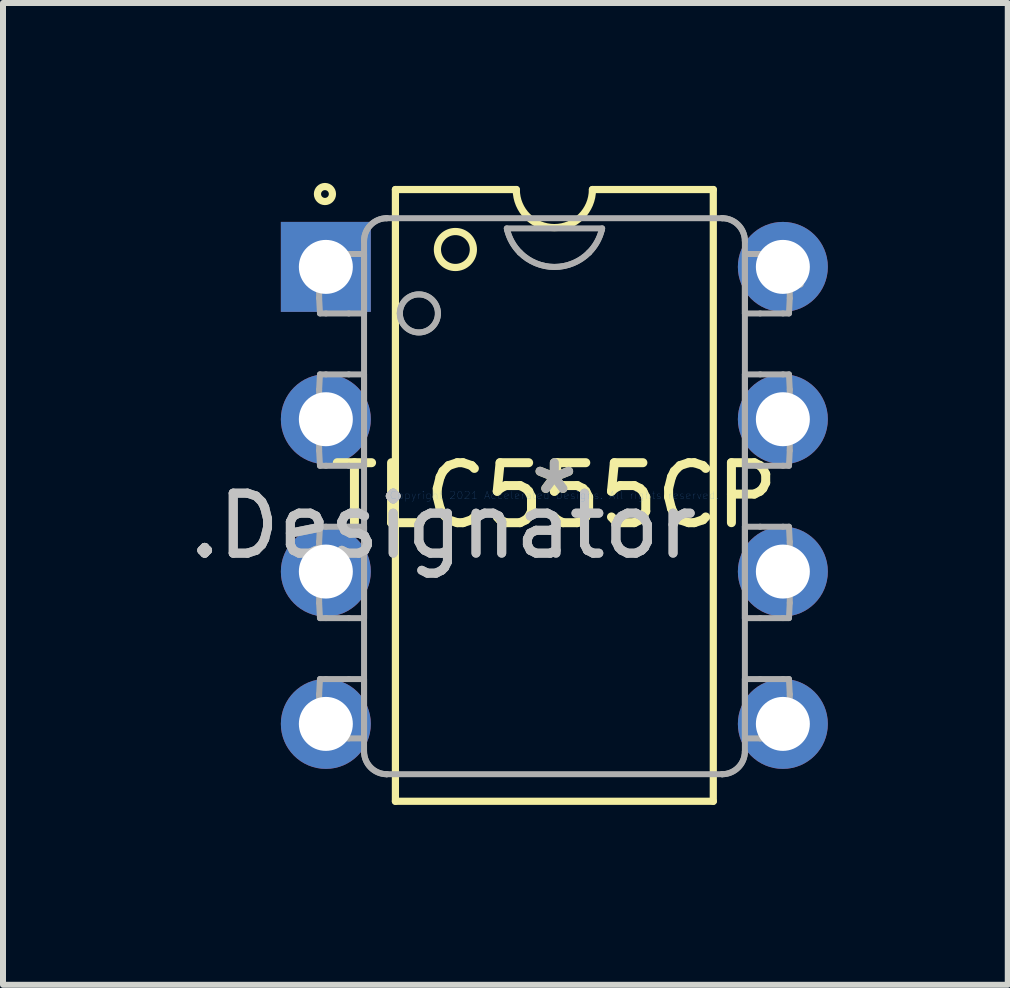
<source format=kicad_pcb>
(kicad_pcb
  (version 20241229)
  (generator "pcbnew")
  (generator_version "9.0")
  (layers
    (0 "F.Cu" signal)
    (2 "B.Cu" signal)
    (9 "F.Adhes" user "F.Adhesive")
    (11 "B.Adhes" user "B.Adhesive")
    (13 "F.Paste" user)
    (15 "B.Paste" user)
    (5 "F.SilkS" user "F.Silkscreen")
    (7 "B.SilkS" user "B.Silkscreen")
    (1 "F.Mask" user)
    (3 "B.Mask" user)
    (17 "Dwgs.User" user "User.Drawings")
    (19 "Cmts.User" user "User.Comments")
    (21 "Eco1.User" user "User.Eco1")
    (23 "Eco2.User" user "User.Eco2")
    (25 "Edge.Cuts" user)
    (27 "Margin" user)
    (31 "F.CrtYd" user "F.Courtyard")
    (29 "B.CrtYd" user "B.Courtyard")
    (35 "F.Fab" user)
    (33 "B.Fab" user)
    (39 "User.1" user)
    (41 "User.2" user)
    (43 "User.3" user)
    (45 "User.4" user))
  (footprint "TLC555CP"
    (layer "F.Cu")
    (at 6.193 5.21)
    (property "Reference" "TLC555CP" (at 0 0 0) (layer "F.SilkS") (effects (font (size 1 1) (thickness 0.15))))
    (attr through_hole)
    (fp_line (start -2.65 -5.1) (end -0.635 -5.1) (stroke (width 0.12) (type solid)) (layer "F.SilkS"))
    (fp_line (start -2.65 5.1) (end -2.65 -5.1) (stroke (width 0.12) (type solid)) (layer "F.SilkS"))
    (fp_line (start -2.65 5.1) (end 2.65 5.1) (stroke (width 0.12) (type solid)) (layer "F.SilkS"))
    (fp_line (start 0.635 -5.1) (end 2.65 -5.1) (stroke (width 0.12) (type solid)) (layer "F.SilkS"))
    (fp_line (start 2.65 5.1) (end 2.65 -5.1) (stroke (width 0.12) (type solid)) (layer "F.SilkS"))
    (fp_arc (start 0.635 -5.1) (mid 0 -4.465) (end -0.635 -5.1) (stroke (width 0.12) (type solid)) (layer "F.SilkS"))
    (fp_circle (center -3.825 -5.025) (end -3.7 -5.025) (stroke (width 0.12) (type solid)) (fill no) (layer "F.SilkS"))
    (fp_circle (center -1.65 -4.1) (end -1.35 -4.1) (stroke (width 0.12) (type solid)) (fill no) (layer "F.SilkS"))
    (fp_line (start -4.1 -4.025) (end -3.808 -4.025) (stroke (width 0.1) (type solid)) (layer "F.Fab"))
    (fp_line (start -4.1 -3.542) (end -4.1 -4.025) (stroke (width 0.1) (type solid)) (layer "F.Fab"))
    (fp_line (start -4.1 -3.542) (end -3.922 -3.542) (stroke (width 0.1) (type solid)) (layer "F.Fab"))
    (fp_line (start -4.1 -1.485) (end -3.922 -1.485) (stroke (width 0.1) (type solid)) (layer "F.Fab"))
    (fp_line (start -4.1 -1.028) (end -4.1 -1.485) (stroke (width 0.1) (type solid)) (layer "F.Fab"))
    (fp_line (start -4.1 -1.028) (end -3.922 -1.028) (stroke (width 0.1) (type solid)) (layer "F.Fab"))
    (fp_line (start -4.1 1.055) (end -3.922 1.055) (stroke (width 0.1) (type solid)) (layer "F.Fab"))
    (fp_line (start -4.1 1.512) (end -4.1 1.055) (stroke (width 0.1) (type solid)) (layer "F.Fab"))
    (fp_line (start -4.1 1.512) (end -3.922 1.512) (stroke (width 0.1) (type solid)) (layer "F.Fab"))
    (fp_line (start -4.1 3.544) (end -3.922 3.544) (stroke (width 0.1) (type solid)) (layer "F.Fab"))
    (fp_line (start -4.1 4.052) (end -4.1 3.544) (stroke (width 0.1) (type solid)) (layer "F.Fab"))
    (fp_line (start -4.1 4.052) (end -3.808 4.052) (stroke (width 0.1) (type solid)) (layer "F.Fab"))
    (fp_line (start -3.922 -3.288) (end -3.922 -3.542) (stroke (width 0.1) (type solid)) (layer "F.Fab"))
    (fp_line (start -3.922 -3.288) (end -3.908 -3.034) (stroke (width 0.1) (type solid)) (layer "F.Fab"))
    (fp_line (start -3.922 -1.764) (end -3.908 -2.018) (stroke (width 0.1) (type solid)) (layer "F.Fab"))
    (fp_line (start -3.922 -1.485) (end -3.922 -1.764) (stroke (width 0.1) (type solid)) (layer "F.Fab"))
    (fp_line (start -3.922 -0.748) (end -3.922 -1.028) (stroke (width 0.1) (type solid)) (layer "F.Fab"))
    (fp_line (start -3.922 -0.748) (end -3.908 -0.494) (stroke (width 0.1) (type solid)) (layer "F.Fab"))
    (fp_line (start -3.922 0.776) (end -3.908 0.522) (stroke (width 0.1) (type solid)) (layer "F.Fab"))
    (fp_line (start -3.922 1.055) (end -3.922 0.776) (stroke (width 0.1) (type solid)) (layer "F.Fab"))
    (fp_line (start -3.922 1.792) (end -3.922 1.512) (stroke (width 0.1) (type solid)) (layer "F.Fab"))
    (fp_line (start -3.922 1.792) (end -3.908 2.046) (stroke (width 0.1) (type solid)) (layer "F.Fab"))
    (fp_line (start -3.922 3.316) (end -3.908 3.062) (stroke (width 0.1) (type solid)) (layer "F.Fab"))
    (fp_line (start -3.922 3.544) (end -3.922 3.316) (stroke (width 0.1) (type solid)) (layer "F.Fab"))
    (fp_line (start -3.908 -3.034) (end -3.808 -3.034) (stroke (width 0.1) (type solid)) (layer "F.Fab"))
    (fp_line (start -3.908 -2.018) (end -3.808 -2.018) (stroke (width 0.1) (type solid)) (layer "F.Fab"))
    (fp_line (start -3.908 -0.494) (end -3.808 -0.494) (stroke (width 0.1) (type solid)) (layer "F.Fab"))
    (fp_line (start -3.908 0.522) (end -3.808 0.522) (stroke (width 0.1) (type solid)) (layer "F.Fab"))
    (fp_line (start -3.908 2.046) (end -3.808 2.046) (stroke (width 0.1) (type solid)) (layer "F.Fab"))
    (fp_line (start -3.908 3.062) (end -3.808 3.062) (stroke (width 0.1) (type solid)) (layer "F.Fab"))
    (fp_line (start -3.808 -4.025) (end -3.427 -4.025) (stroke (width 0.1) (type solid)) (layer "F.Fab"))
    (fp_line (start -3.808 -3.034) (end -3.427 -3.034) (stroke (width 0.1) (type solid)) (layer "F.Fab"))
    (fp_line (start -3.808 -2.018) (end -3.427 -2.018) (stroke (width 0.1) (type solid)) (layer "F.Fab"))
    (fp_line (start -3.808 -0.494) (end -3.427 -0.494) (stroke (width 0.1) (type solid)) (layer "F.Fab"))
    (fp_line (start -3.808 0.522) (end -3.427 0.522) (stroke (width 0.1) (type solid)) (layer "F.Fab"))
    (fp_line (start -3.808 2.046) (end -3.427 2.046) (stroke (width 0.1) (type solid)) (layer "F.Fab"))
    (fp_line (start -3.808 3.062) (end -3.427 3.062) (stroke (width 0.1) (type solid)) (layer "F.Fab"))
    (fp_line (start -3.808 4.052) (end -3.427 4.052) (stroke (width 0.1) (type solid)) (layer "F.Fab"))
    (fp_line (start -3.427 -4.025) (end -3.173 -4.025) (stroke (width 0.1) (type solid)) (layer "F.Fab"))
    (fp_line (start -3.427 -3.034) (end -3.173 -3.034) (stroke (width 0.1) (type solid)) (layer "F.Fab"))
    (fp_line (start -3.427 -2.018) (end -3.173 -2.018) (stroke (width 0.1) (type solid)) (layer "F.Fab"))
    (fp_line (start -3.427 -0.494) (end -3.173 -0.494) (stroke (width 0.1) (type solid)) (layer "F.Fab"))
    (fp_line (start -3.427 0.522) (end -3.173 0.522) (stroke (width 0.1) (type solid)) (layer "F.Fab"))
    (fp_line (start -3.427 2.046) (end -3.173 2.046) (stroke (width 0.1) (type solid)) (layer "F.Fab"))
    (fp_line (start -3.427 3.062) (end -3.173 3.062) (stroke (width 0.1) (type solid)) (layer "F.Fab"))
    (fp_line (start -3.427 4.052) (end -3.173 4.052) (stroke (width 0.1) (type solid)) (layer "F.Fab"))
    (fp_line (start -3.173 -4.241) (end -3.173 -4.245) (stroke (width 0.1) (type solid)) (layer "F.Fab"))
    (fp_line (start -3.173 -3.034) (end -3.173 -4.025) (stroke (width 0.1) (type solid)) (layer "F.Fab"))
    (fp_line (start -3.173 -0.494) (end -3.173 -2.018) (stroke (width 0.1) (type solid)) (layer "F.Fab"))
    (fp_line (start -3.173 2.046) (end -3.173 0.522) (stroke (width 0.1) (type solid)) (layer "F.Fab"))
    (fp_line (start -3.173 4.052) (end -3.173 3.062) (stroke (width 0.1) (type solid)) (layer "F.Fab"))
    (fp_line (start -3.173 4.268) (end -3.173 -4.241) (stroke (width 0.1) (type solid)) (layer "F.Fab"))
    (fp_line (start -3.173 4.272) (end -3.173 4.268) (stroke (width 0.1) (type solid)) (layer "F.Fab"))
    (fp_line (start -2.796 -4.622) (end -2.792 -4.622) (stroke (width 0.1) (type solid)) (layer "F.Fab"))
    (fp_line (start -2.796 4.649) (end -2.792 4.649) (stroke (width 0.1) (type solid)) (layer "F.Fab"))
    (fp_line (start -2.792 -4.622) (end 2.796 -4.622) (stroke (width 0.1) (type solid)) (layer "F.Fab"))
    (fp_line (start -2.792 4.649) (end 2.796 4.649) (stroke (width 0.1) (type solid)) (layer "F.Fab"))
    (fp_line (start -0.793 -4.452) (end -0.787 -4.427) (stroke (width 0.1) (type solid)) (layer "F.Fab"))
    (fp_line (start -0.793 -4.452) (end 0.797 -4.452) (stroke (width 0.1) (type solid)) (layer "F.Fab"))
    (fp_line (start 0.791 -4.427) (end 0.797 -4.452) (stroke (width 0.1) (type solid)) (layer "F.Fab"))
    (fp_line (start 2.796 -4.622) (end 2.8 -4.622) (stroke (width 0.1) (type solid)) (layer "F.Fab"))
    (fp_line (start 2.796 4.649) (end 2.8 4.649) (stroke (width 0.1) (type solid)) (layer "F.Fab"))
    (fp_line (start 3.177 -4.245) (end 3.177 -4.241) (stroke (width 0.1) (type solid)) (layer "F.Fab"))
    (fp_line (start 3.177 4.272) (end 3.177 4.268) (stroke (width 0.1) (type solid)) (layer "F.Fab"))
    (fp_line (start 3.177 -4.025) (end 3.431 -4.025) (stroke (width 0.1) (type solid)) (layer "F.Fab"))
    (fp_line (start 3.177 -3.034) (end 3.177 -4.025) (stroke (width 0.1) (type solid)) (layer "F.Fab"))
    (fp_line (start 3.177 -3.034) (end 3.431 -3.034) (stroke (width 0.1) (type solid)) (layer "F.Fab"))
    (fp_line (start 3.177 -2.018) (end 3.431 -2.018) (stroke (width 0.1) (type solid)) (layer "F.Fab"))
    (fp_line (start 3.177 -0.494) (end 3.177 -2.018) (stroke (width 0.1) (type solid)) (layer "F.Fab"))
    (fp_line (start 3.177 -0.494) (end 3.431 -0.494) (stroke (width 0.1) (type solid)) (layer "F.Fab"))
    (fp_line (start 3.177 0.522) (end 3.431 0.522) (stroke (width 0.1) (type solid)) (layer "F.Fab"))
    (fp_line (start 3.177 2.046) (end 3.177 0.522) (stroke (width 0.1) (type solid)) (layer "F.Fab"))
    (fp_line (start 3.177 2.046) (end 3.431 2.046) (stroke (width 0.1) (type solid)) (layer "F.Fab"))
    (fp_line (start 3.177 3.062) (end 3.431 3.062) (stroke (width 0.1) (type solid)) (layer "F.Fab"))
    (fp_line (start 3.177 4.052) (end 3.177 3.062) (stroke (width 0.1) (type solid)) (layer "F.Fab"))
    (fp_line (start 3.177 4.052) (end 3.431 4.052) (stroke (width 0.1) (type solid)) (layer "F.Fab"))
    (fp_line (start 3.177 4.268) (end 3.177 -4.241) (stroke (width 0.1) (type solid)) (layer "F.Fab"))
    (fp_line (start 3.431 -4.025) (end 3.812 -4.025) (stroke (width 0.1) (type solid)) (layer "F.Fab"))
    (fp_line (start 3.431 -3.034) (end 3.812 -3.034) (stroke (width 0.1) (type solid)) (layer "F.Fab"))
    (fp_line (start 3.431 -2.018) (end 3.812 -2.018) (stroke (width 0.1) (type solid)) (layer "F.Fab"))
    (fp_line (start 3.431 -0.494) (end 3.812 -0.494) (stroke (width 0.1) (type solid)) (layer "F.Fab"))
    (fp_line (start 3.431 0.522) (end 3.812 0.522) (stroke (width 0.1) (type solid)) (layer "F.Fab"))
    (fp_line (start 3.431 2.046) (end 3.812 2.046) (stroke (width 0.1) (type solid)) (layer "F.Fab"))
    (fp_line (start 3.431 3.062) (end 3.812 3.062) (stroke (width 0.1) (type solid)) (layer "F.Fab"))
    (fp_line (start 3.431 4.052) (end 3.812 4.052) (stroke (width 0.1) (type solid)) (layer "F.Fab"))
    (fp_line (start 3.812 -4.025) (end 4.104 -4.025) (stroke (width 0.1) (type solid)) (layer "F.Fab"))
    (fp_line (start 3.812 -3.034) (end 3.912 -3.034) (stroke (width 0.1) (type solid)) (layer "F.Fab"))
    (fp_line (start 3.812 -2.018) (end 3.912 -2.018) (stroke (width 0.1) (type solid)) (layer "F.Fab"))
    (fp_line (start 3.812 -0.494) (end 3.912 -0.494) (stroke (width 0.1) (type solid)) (layer "F.Fab"))
    (fp_line (start 3.812 0.522) (end 3.912 0.522) (stroke (width 0.1) (type solid)) (layer "F.Fab"))
    (fp_line (start 3.812 2.046) (end 3.912 2.046) (stroke (width 0.1) (type solid)) (layer "F.Fab"))
    (fp_line (start 3.812 3.062) (end 3.912 3.062) (stroke (width 0.1) (type solid)) (layer "F.Fab"))
    (fp_line (start 3.812 4.052) (end 4.104 4.052) (stroke (width 0.1) (type solid)) (layer "F.Fab"))
    (fp_line (start 3.912 -3.034) (end 3.925 -3.288) (stroke (width 0.1) (type solid)) (layer "F.Fab"))
    (fp_line (start 3.912 -2.018) (end 3.925 -1.764) (stroke (width 0.1) (type solid)) (layer "F.Fab"))
    (fp_line (start 3.912 -0.494) (end 3.925 -0.748) (stroke (width 0.1) (type solid)) (layer "F.Fab"))
    (fp_line (start 3.912 0.522) (end 3.925 0.776) (stroke (width 0.1) (type solid)) (layer "F.Fab"))
    (fp_line (start 3.912 2.046) (end 3.925 1.792) (stroke (width 0.1) (type solid)) (layer "F.Fab"))
    (fp_line (start 3.912 3.062) (end 3.925 3.316) (stroke (width 0.1) (type solid)) (layer "F.Fab"))
    (fp_line (start 3.925 -3.517) (end 4.104 -3.517) (stroke (width 0.1) (type solid)) (layer "F.Fab"))
    (fp_line (start 3.925 -3.288) (end 3.925 -3.517) (stroke (width 0.1) (type solid)) (layer "F.Fab"))
    (fp_line (start 3.925 -1.485) (end 3.925 -1.764) (stroke (width 0.1) (type solid)) (layer "F.Fab"))
    (fp_line (start 3.925 -1.485) (end 4.104 -1.485) (stroke (width 0.1) (type solid)) (layer "F.Fab"))
    (fp_line (start 3.925 -1.028) (end 4.104 -1.028) (stroke (width 0.1) (type solid)) (layer "F.Fab"))
    (fp_line (start 3.925 -0.748) (end 3.925 -1.028) (stroke (width 0.1) (type solid)) (layer "F.Fab"))
    (fp_line (start 3.925 1.055) (end 3.925 0.776) (stroke (width 0.1) (type solid)) (layer "F.Fab"))
    (fp_line (start 3.925 1.055) (end 4.104 1.055) (stroke (width 0.1) (type solid)) (layer "F.Fab"))
    (fp_line (start 3.925 1.512) (end 4.104 1.512) (stroke (width 0.1) (type solid)) (layer "F.Fab"))
    (fp_line (start 3.925 1.792) (end 3.925 1.512) (stroke (width 0.1) (type solid)) (layer "F.Fab"))
    (fp_line (start 3.925 3.57) (end 3.925 3.316) (stroke (width 0.1) (type solid)) (layer "F.Fab"))
    (fp_line (start 3.925 3.57) (end 4.104 3.57) (stroke (width 0.1) (type solid)) (layer "F.Fab"))
    (fp_line (start 4.104 -3.517) (end 4.104 -4.025) (stroke (width 0.1) (type solid)) (layer "F.Fab"))
    (fp_line (start 4.104 -1.028) (end 4.104 -1.485) (stroke (width 0.1) (type solid)) (layer "F.Fab"))
    (fp_line (start 4.104 1.512) (end 4.104 1.055) (stroke (width 0.1) (type solid)) (layer "F.Fab"))
    (fp_line (start 4.104 4.052) (end 4.104 3.57) (stroke (width 0.1) (type solid)) (layer "F.Fab"))
    (fp_arc (start -3.173077 -4.244584) (mid -3.06149 -4.510307) (end -2.79576 -4.621876) (stroke (width 0.1) (type solid)) (layer "F.Fab"))
    (fp_arc (start -3.173077 -4.244584) (mid -3.06149 -4.510307) (end -2.79576 -4.621876) (stroke (width 0.1) (type solid)) (layer "F.Fab"))
    (fp_arc (start -2.795759 4.649099) (mid -3.061489 4.53753) (end -3.173077 4.271808) (stroke (width 0.1) (type solid)) (layer "F.Fab"))
    (fp_arc (start -2.795759 4.649099) (mid -3.061489 4.53753) (end -3.173077 4.271808) (stroke (width 0.1) (type solid)) (layer "F.Fab"))
    (fp_arc (start -2.576177 -3.034401) (mid -2.258677 -3.351901) (end -1.941177 -3.034401) (stroke (width 0.1) (type solid)) (layer "F.Fab"))
    (fp_arc (start -2.576177 -3.034401) (mid -2.258677 -3.351901) (end -1.941177 -3.034401) (stroke (width 0.1) (type solid)) (layer "F.Fab"))
    (fp_arc (start -1.941177 -3.034401) (mid -2.258677 -2.716901) (end -2.576177 -3.034401) (stroke (width 0.1) (type solid)) (layer "F.Fab"))
    (fp_arc (start -1.941177 -3.034401) (mid -2.258677 -2.716901) (end -2.576177 -3.034401) (stroke (width 0.1) (type solid)) (layer "F.Fab"))
    (fp_arc (start -0.575392 -4.04974) (mid -0.706851 -4.224035) (end -0.787178 -4.427032) (stroke (width 0.1) (type solid)) (layer "F.Fab"))
    (fp_arc (start -0.575392 -4.04974) (mid -0.706851 -4.224035) (end -0.787178 -4.427032) (stroke (width 0.1) (type solid)) (layer "F.Fab"))
    (fp_arc (start 0.579214 -4.049739) (mid 0.001909 -3.809095) (end -0.575395 -4.04974) (stroke (width 0.1) (type solid)) (layer "F.Fab"))
    (fp_arc (start 0.579214 -4.049739) (mid 0.001909 -3.809095) (end -0.575395 -4.04974) (stroke (width 0.1) (type solid)) (layer "F.Fab"))
    (fp_arc (start 0.791025 -4.427032) (mid 0.710686 -4.224033) (end 0.579214 -4.049739) (stroke (width 0.1) (type solid)) (layer "F.Fab"))
    (fp_arc (start 0.791025 -4.427032) (mid 0.710686 -4.224033) (end 0.579214 -4.049739) (stroke (width 0.1) (type solid)) (layer "F.Fab"))
    (fp_arc (start 2.799604 -4.621875) (mid 3.065322 -4.510301) (end 3.176897 -4.244584) (stroke (width 0.1) (type solid)) (layer "F.Fab"))
    (fp_arc (start 2.799604 -4.621875) (mid 3.065322 -4.510301) (end 3.176897 -4.244584) (stroke (width 0.1) (type solid)) (layer "F.Fab"))
    (fp_arc (start 3.176897 4.271806) (mid 3.065323 4.537524) (end 2.799606 4.649099) (stroke (width 0.1) (type solid)) (layer "F.Fab"))
    (fp_arc (start 3.176897 4.271806) (mid 3.065323 4.537524) (end 2.799606 4.649099) (stroke (width 0.1) (type solid)) (layer "F.Fab"))
    (fp_text user "*" (at 0 0 0) (layer "F.SilkS") (effects (font (size 1 1) (thickness 0.15))))
    (fp_text user ".Designator" (at -1.854 0.508 0) (layer "Dwgs.User") (effects (font (size 1 1) (thickness 0.15))))
    (fp_text user "Copyright 2021 Accelerated Designs. All rights reserved." (at 0 0 0) (layer "Cmts.User") (effects (font (size 0.127 0.127) (thickness 0.002))))
    (fp_text user "*" (at 0 0 0) (layer "F.Fab") (effects (font (size 1 1) (thickness 0.15))))
    (fp_text user ".Designator" (at -1.854 0.508 0) (layer "F.Fab") (effects (font (size 1 1) (thickness 0.15))))
    (pad "1" thru_hole rect (at -3.81 -3.81) (size 1.5 1.5) (drill 0.9) (layers "*.Cu" "*.Mask"))
    (pad "2" thru_hole circle (at -3.81 -1.27) (size 1.5 1.5) (drill 0.9) (layers "*.Cu" "*.Mask"))
    (pad "3" thru_hole circle (at -3.81 1.27) (size 1.5 1.5) (drill 0.9) (layers "*.Cu" "*.Mask"))
    (pad "4" thru_hole circle (at -3.81 3.81) (size 1.5 1.5) (drill 0.9) (layers "*.Cu" "*.Mask"))
    (pad "5" thru_hole circle (at 3.81 3.81) (size 1.5 1.5) (drill 0.9) (layers "*.Cu" "*.Mask"))
    (pad "6" thru_hole circle (at 3.81 1.27) (size 1.5 1.5) (drill 0.9) (layers "*.Cu" "*.Mask"))
    (pad "7" thru_hole circle (at 3.81 -1.27) (size 1.5 1.5) (drill 0.9) (layers "*.Cu" "*.Mask"))
    (pad "8" thru_hole circle (at 3.81 -3.81) (size 1.5 1.5) (drill 0.9) (layers "*.Cu" "*.Mask")))
  (gr_rect
    (start -3 -3)
    (end 13.753 13.37)
    (stroke (width 0.1) (type default))
    (fill no)
    (layer "Edge.Cuts")))
</source>
